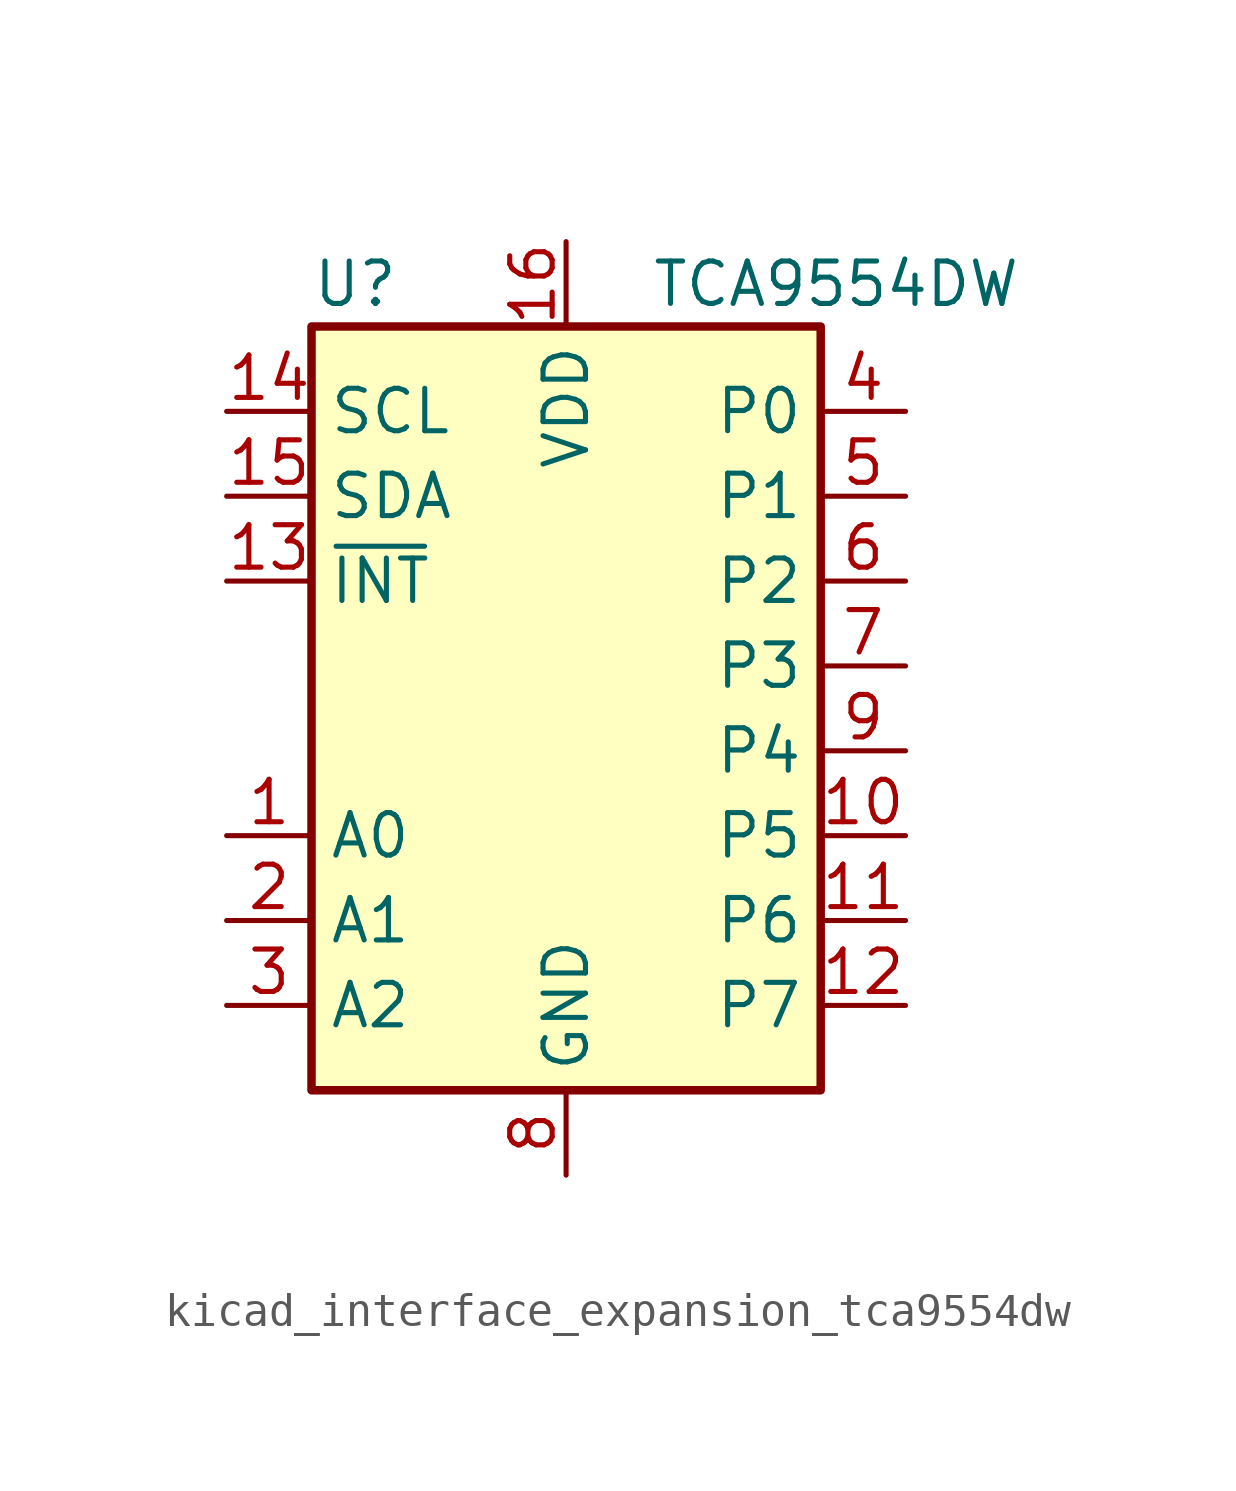
<source format=kicad_sym>
(kicad_symbol_lib
  (version 20220914)
  (generator kicad_symbol_editor)
  (symbol "kicad_interface_expansion_tca9554dw"
    (property "Reference" "U"
      (at -7.62 11.43 0)
      (effects (font (size 1.27 1.27)) (justify left)))
    (property "Value" "TCA9554DW"
      (at 2.54 11.43 0)
      (effects (font (size 1.27 1.27)) (justify left)))
    (symbol "kicad_interface_expansion_tca9554dw_0_1"
      (rectangle (start -7.62 -12.7) (end 7.62 10.16) (stroke (width 0.254) (type default)) (fill (type background))))
    (symbol "kicad_interface_expansion_tca9554dw_1_1"
      (pin input line (at -10.16 -5.08 0) (length 2.54) (name "A0" (effects (font (size 1.27 1.27)))) (number "1" (effects (font (size 1.27 1.27)))))
      (pin bidirectional line (at 10.16 -5.08 180) (length 2.54) (name "P5" (effects (font (size 1.27 1.27)))) (number "10" (effects (font (size 1.27 1.27)))))
      (pin bidirectional line (at 10.16 -7.62 180) (length 2.54) (name "P6" (effects (font (size 1.27 1.27)))) (number "11" (effects (font (size 1.27 1.27)))))
      (pin bidirectional line (at 10.16 -10.16 180) (length 2.54) (name "P7" (effects (font (size 1.27 1.27)))) (number "12" (effects (font (size 1.27 1.27)))))
      (pin open_collector line (at -10.16 2.54 0) (length 2.54) (name "~{INT}" (effects (font (size 1.27 1.27)))) (number "13" (effects (font (size 1.27 1.27)))))
      (pin input line (at -10.16 7.62 0) (length 2.54) (name "SCL" (effects (font (size 1.27 1.27)))) (number "14" (effects (font (size 1.27 1.27)))))
      (pin bidirectional line (at -10.16 5.08 0) (length 2.54) (name "SDA" (effects (font (size 1.27 1.27)))) (number "15" (effects (font (size 1.27 1.27)))))
      (pin power_in line (at 0 12.7 270) (length 2.54) (name "VDD" (effects (font (size 1.27 1.27)))) (number "16" (effects (font (size 1.27 1.27)))))
      (pin input line (at -10.16 -7.62 0) (length 2.54) (name "A1" (effects (font (size 1.27 1.27)))) (number "2" (effects (font (size 1.27 1.27)))))
      (pin input line (at -10.16 -10.16 0) (length 2.54) (name "A2" (effects (font (size 1.27 1.27)))) (number "3" (effects (font (size 1.27 1.27)))))
      (pin bidirectional line (at 10.16 7.62 180) (length 2.54) (name "P0" (effects (font (size 1.27 1.27)))) (number "4" (effects (font (size 1.27 1.27)))))
      (pin bidirectional line (at 10.16 5.08 180) (length 2.54) (name "P1" (effects (font (size 1.27 1.27)))) (number "5" (effects (font (size 1.27 1.27)))))
      (pin bidirectional line (at 10.16 2.54 180) (length 2.54) (name "P2" (effects (font (size 1.27 1.27)))) (number "6" (effects (font (size 1.27 1.27)))))
      (pin bidirectional line (at 10.16 0 180) (length 2.54) (name "P3" (effects (font (size 1.27 1.27)))) (number "7" (effects (font (size 1.27 1.27)))))
      (pin power_in line (at 0 -15.24 90) (length 2.54) (name "GND" (effects (font (size 1.27 1.27)))) (number "8" (effects (font (size 1.27 1.27)))))
      (pin bidirectional line (at 10.16 -2.54 180) (length 2.54) (name "P4" (effects (font (size 1.27 1.27)))) (number "9" (effects (font (size 1.27 1.27))))))))
</source>
